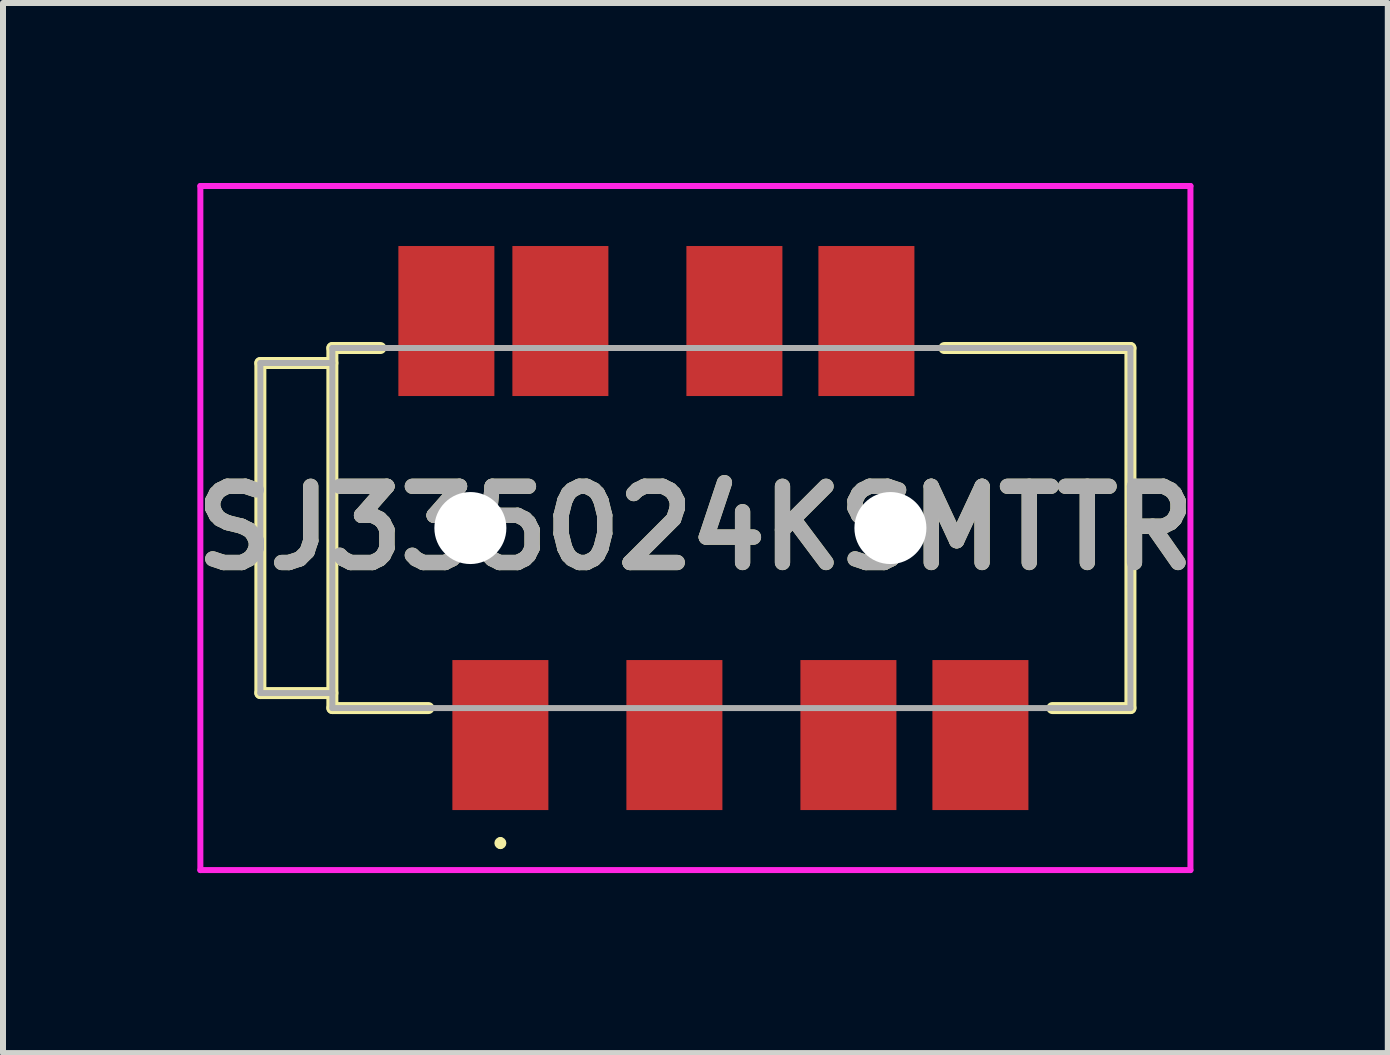
<source format=kicad_pcb>
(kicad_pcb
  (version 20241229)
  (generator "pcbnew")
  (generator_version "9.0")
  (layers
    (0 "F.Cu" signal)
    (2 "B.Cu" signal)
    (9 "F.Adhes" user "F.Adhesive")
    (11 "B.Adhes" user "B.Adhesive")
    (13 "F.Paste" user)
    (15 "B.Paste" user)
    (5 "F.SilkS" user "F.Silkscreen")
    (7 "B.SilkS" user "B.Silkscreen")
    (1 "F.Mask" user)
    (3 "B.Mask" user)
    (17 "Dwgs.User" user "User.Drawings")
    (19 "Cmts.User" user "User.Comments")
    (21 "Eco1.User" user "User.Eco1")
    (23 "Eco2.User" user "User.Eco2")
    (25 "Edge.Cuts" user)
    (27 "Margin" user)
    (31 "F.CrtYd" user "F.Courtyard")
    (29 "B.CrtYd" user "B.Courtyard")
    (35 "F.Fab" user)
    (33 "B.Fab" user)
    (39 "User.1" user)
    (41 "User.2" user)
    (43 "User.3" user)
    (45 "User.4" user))
  (footprint "SJ335024KSMTTR"
    (layer "F.Cu")
    (at 8.539 5.75)
    (property "Reference" "SJ335024KSMTTR" (at 0 0 0) (layer "F.SilkS") (effects (font (size 1.27 1.27) (thickness 0.254))))
    (attr through_hole)
    (fp_line (start -7.25 -2.75) (end -7.25 2.75) (stroke (width 0.2) (type solid)) (layer "F.SilkS"))
    (fp_line (start -7.25 2.75) (end -6.05 2.75) (stroke (width 0.2) (type solid)) (layer "F.SilkS"))
    (fp_line (start -6.05 -3) (end -6.05 3) (stroke (width 0.2) (type solid)) (layer "F.SilkS"))
    (fp_line (start -6.05 -2.75) (end -7.25 -2.75) (stroke (width 0.2) (type solid)) (layer "F.SilkS"))
    (fp_line (start -6.05 3) (end -4.45 3) (stroke (width 0.2) (type solid)) (layer "F.SilkS"))
    (fp_line (start -5.25 -3) (end -6.05 -3) (stroke (width 0.2) (type solid)) (layer "F.SilkS"))
    (fp_line (start -3.25 5.2) (end -3.25 5.2) (stroke (width 0.1) (type solid)) (layer "F.SilkS"))
    (fp_line (start -3.25 5.3) (end -3.25 5.3) (stroke (width 0.1) (type solid)) (layer "F.SilkS"))
    (fp_line (start 4.15 -3) (end 7.25 -3) (stroke (width 0.2) (type solid)) (layer "F.SilkS"))
    (fp_line (start 7.25 -3) (end 7.25 3) (stroke (width 0.2) (type solid)) (layer "F.SilkS"))
    (fp_line (start 7.25 3) (end 5.95 3) (stroke (width 0.2) (type solid)) (layer "F.SilkS"))
    (fp_arc (start -3.25 5.2) (mid -3.2 5.25) (end -3.25 5.3) (stroke (width 0.1) (type solid)) (layer "F.SilkS"))
    (fp_arc (start -3.25 5.3) (mid -3.3 5.25) (end -3.25 5.2) (stroke (width 0.1) (type solid)) (layer "F.SilkS"))
    (fp_line (start -8.25 -5.7) (end 8.25 -5.7) (stroke (width 0.1) (type solid)) (layer "F.CrtYd"))
    (fp_line (start -8.25 5.7) (end -8.25 -5.7) (stroke (width 0.1) (type solid)) (layer "F.CrtYd"))
    (fp_line (start 8.25 -5.7) (end 8.25 5.7) (stroke (width 0.1) (type solid)) (layer "F.CrtYd"))
    (fp_line (start 8.25 5.7) (end -8.25 5.7) (stroke (width 0.1) (type solid)) (layer "F.CrtYd"))
    (fp_line (start -7.25 -2.75) (end -7.25 2.75) (stroke (width 0.1) (type solid)) (layer "F.Fab"))
    (fp_line (start -7.25 2.75) (end -6.05 2.75) (stroke (width 0.1) (type solid)) (layer "F.Fab"))
    (fp_line (start -6.05 -3) (end 7.25 -3) (stroke (width 0.1) (type solid)) (layer "F.Fab"))
    (fp_line (start -6.05 -2.75) (end -7.25 -2.75) (stroke (width 0.1) (type solid)) (layer "F.Fab"))
    (fp_line (start -6.05 3) (end -6.05 -3) (stroke (width 0.1) (type solid)) (layer "F.Fab"))
    (fp_line (start 7.25 -3) (end 7.25 3) (stroke (width 0.1) (type solid)) (layer "F.Fab"))
    (fp_line (start 7.25 3) (end -6.05 3) (stroke (width 0.1) (type solid)) (layer "F.Fab"))
    (fp_text user "${REFERENCE}" (at 0 0 0) (layer "F.Fab") (effects (font (size 1.27 1.27) (thickness 0.254))))
    (pad "" np_thru_hole circle (at -3.75 0) (size 1.2 1.2) (drill 1.2) (layers "*.Cu" "*.Mask"))
    (pad "" np_thru_hole circle (at 3.25 0) (size 1.2 1.2) (drill 1.2) (layers "*.Cu" "*.Mask"))
    (pad "1" smd rect (at -3.25 3.45) (size 1.6 2.5) (layers "F.Cu" "F.Mask" "F.Paste"))
    (pad "2" smd rect (at -0.35 3.45) (size 1.6 2.5) (layers "F.Cu" "F.Mask" "F.Paste"))
    (pad "3" smd rect (at 2.55 3.45) (size 1.6 2.5) (layers "F.Cu" "F.Mask" "F.Paste"))
    (pad "4" smd rect (at 4.75 3.45) (size 1.6 2.5) (layers "F.Cu" "F.Mask" "F.Paste"))
    (pad "5" smd rect (at -4.15 -3.45) (size 1.6 2.5) (layers "F.Cu" "F.Mask" "F.Paste"))
    (pad "6" smd rect (at -2.25 -3.45) (size 1.6 2.5) (layers "F.Cu" "F.Mask" "F.Paste"))
    (pad "7" smd rect (at 0.65 -3.45) (size 1.6 2.5) (layers "F.Cu" "F.Mask" "F.Paste"))
    (pad "8" smd rect (at 2.85 -3.45) (size 1.6 2.5) (layers "F.Cu" "F.Mask" "F.Paste")))
  (gr_rect
    (start -3 -3)
    (end 20.078 14.5)
    (stroke (width 0.1) (type default))
    (fill no)
    (layer "Edge.Cuts")))
</source>
